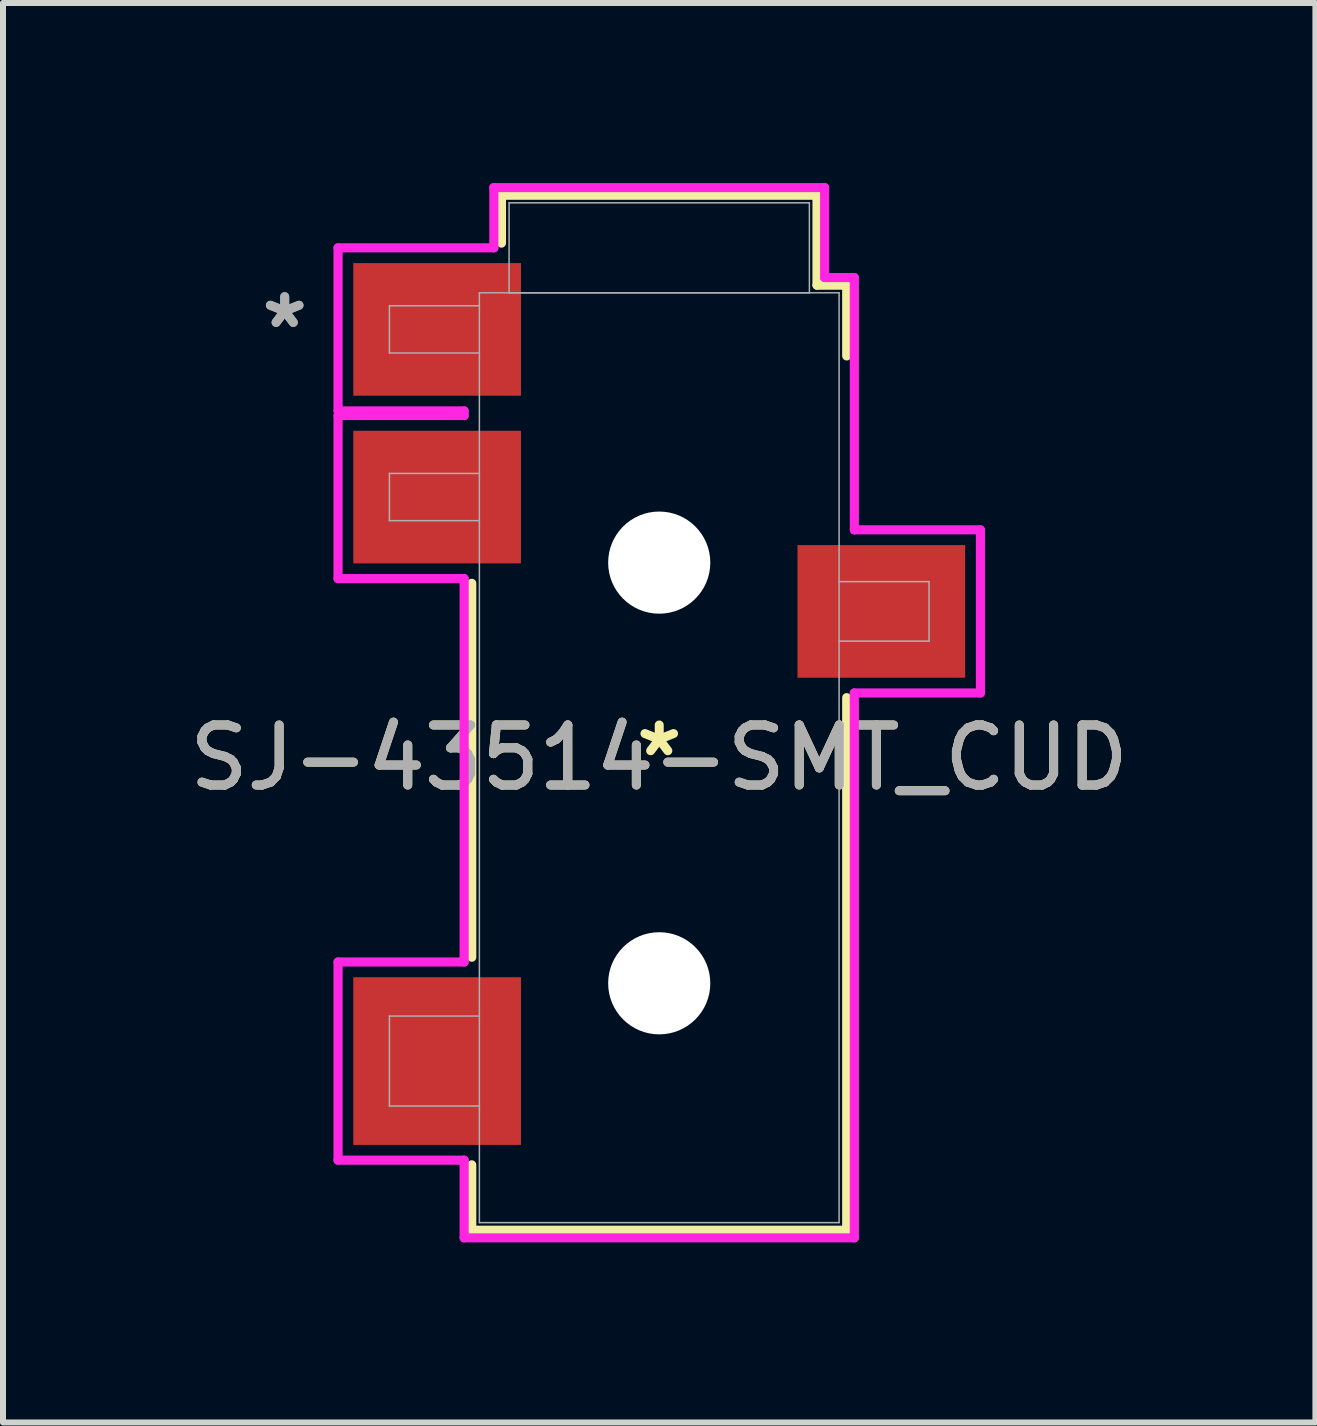
<source format=kicad_pcb>
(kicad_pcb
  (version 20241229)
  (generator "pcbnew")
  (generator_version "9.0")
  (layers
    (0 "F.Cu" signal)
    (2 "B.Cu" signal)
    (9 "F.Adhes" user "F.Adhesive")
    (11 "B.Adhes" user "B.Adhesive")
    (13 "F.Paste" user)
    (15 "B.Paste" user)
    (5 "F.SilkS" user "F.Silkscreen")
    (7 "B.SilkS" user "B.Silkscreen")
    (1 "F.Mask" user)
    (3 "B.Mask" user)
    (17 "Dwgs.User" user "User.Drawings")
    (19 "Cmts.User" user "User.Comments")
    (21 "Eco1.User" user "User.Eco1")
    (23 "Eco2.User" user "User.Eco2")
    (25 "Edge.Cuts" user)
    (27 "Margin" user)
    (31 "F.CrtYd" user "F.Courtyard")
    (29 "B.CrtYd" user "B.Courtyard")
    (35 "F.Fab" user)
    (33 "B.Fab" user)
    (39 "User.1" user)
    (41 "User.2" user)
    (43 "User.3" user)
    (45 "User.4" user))
  (footprint "SJ-43514-SMT_CUD"
    (layer "F.Cu")
    (at 7.935 9.576)
    (property "Reference" "SJ-43514-SMT_CUD" (at 0 0 0) (unlocked yes) (layer "F.SilkS") (effects (font (size 1 1) (thickness 0.15))))
    (attr smd)
    (fp_line (start -3.124 3.325) (end -3.124 -2.906) (stroke (width 0.152) (type solid)) (layer "F.SilkS"))
    (fp_line (start -3.124 7.874) (end -3.124 6.784) (stroke (width 0.152) (type solid)) (layer "F.SilkS"))
    (fp_line (start -2.629 -9.373) (end 2.629 -9.373) (stroke (width 0.152) (type solid)) (layer "F.SilkS"))
    (fp_line (start -2.629 -8.575) (end -2.629 -9.373) (stroke (width 0.152) (type solid)) (layer "F.SilkS"))
    (fp_line (start 2.629 -9.373) (end 2.629 -7.874) (stroke (width 0.152) (type solid)) (layer "F.SilkS"))
    (fp_line (start 2.629 -7.874) (end 3.124 -7.874) (stroke (width 0.152) (type solid)) (layer "F.SilkS"))
    (fp_line (start 3.124 -7.874) (end 3.124 -6.695) (stroke (width 0.152) (type solid)) (layer "F.SilkS"))
    (fp_line (start 3.124 -1.001) (end 3.124 7.874) (stroke (width 0.152) (type solid)) (layer "F.SilkS"))
    (fp_line (start 3.124 7.874) (end -3.124 7.874) (stroke (width 0.152) (type solid)) (layer "F.SilkS"))
    (fp_line (start -5.352 -8.496) (end -5.352 -5.779) (stroke (width 0.152) (type solid)) (layer "F.CrtYd"))
    (fp_line (start -5.352 -5.779) (end -3.251 -5.779) (stroke (width 0.152) (type solid)) (layer "F.CrtYd"))
    (fp_line (start -5.352 -5.702) (end -5.352 -2.985) (stroke (width 0.152) (type solid)) (layer "F.CrtYd"))
    (fp_line (start -5.352 -2.985) (end -3.251 -2.985) (stroke (width 0.152) (type solid)) (layer "F.CrtYd"))
    (fp_line (start -5.352 3.404) (end -5.352 6.706) (stroke (width 0.152) (type solid)) (layer "F.CrtYd"))
    (fp_line (start -5.352 6.706) (end -3.251 6.706) (stroke (width 0.152) (type solid)) (layer "F.CrtYd"))
    (fp_line (start -3.251 -5.779) (end -3.251 -5.702) (stroke (width 0.152) (type solid)) (layer "F.CrtYd"))
    (fp_line (start -3.251 -5.702) (end -5.352 -5.702) (stroke (width 0.152) (type solid)) (layer "F.CrtYd"))
    (fp_line (start -3.251 -2.985) (end -3.251 3.404) (stroke (width 0.152) (type solid)) (layer "F.CrtYd"))
    (fp_line (start -3.251 3.404) (end -5.352 3.404) (stroke (width 0.152) (type solid)) (layer "F.CrtYd"))
    (fp_line (start -3.251 6.706) (end -3.251 8.001) (stroke (width 0.152) (type solid)) (layer "F.CrtYd"))
    (fp_line (start -3.251 8.001) (end 3.251 8.001) (stroke (width 0.152) (type solid)) (layer "F.CrtYd"))
    (fp_line (start -2.756 -9.5) (end -2.756 -8.496) (stroke (width 0.152) (type solid)) (layer "F.CrtYd"))
    (fp_line (start -2.756 -8.496) (end -5.352 -8.496) (stroke (width 0.152) (type solid)) (layer "F.CrtYd"))
    (fp_line (start 2.756 -9.5) (end -2.756 -9.5) (stroke (width 0.152) (type solid)) (layer "F.CrtYd"))
    (fp_line (start 2.756 -8.001) (end 2.756 -9.5) (stroke (width 0.152) (type solid)) (layer "F.CrtYd"))
    (fp_line (start 3.251 -8.001) (end 2.756 -8.001) (stroke (width 0.152) (type solid)) (layer "F.CrtYd"))
    (fp_line (start 3.251 -3.797) (end 3.251 -8.001) (stroke (width 0.152) (type solid)) (layer "F.CrtYd"))
    (fp_line (start 3.251 -1.079) (end 5.352 -1.079) (stroke (width 0.152) (type solid)) (layer "F.CrtYd"))
    (fp_line (start 3.251 8.001) (end 3.251 -1.079) (stroke (width 0.152) (type solid)) (layer "F.CrtYd"))
    (fp_line (start 5.352 -3.797) (end 3.251 -3.797) (stroke (width 0.152) (type solid)) (layer "F.CrtYd"))
    (fp_line (start 5.352 -1.079) (end 5.352 -3.797) (stroke (width 0.152) (type solid)) (layer "F.CrtYd"))
    (fp_line (start -4.496 -7.531) (end -2.997 -7.531) (stroke (width 0.025) (type solid)) (layer "F.Fab"))
    (fp_line (start -4.496 -6.744) (end -4.496 -7.531) (stroke (width 0.025) (type solid)) (layer "F.Fab"))
    (fp_line (start -4.496 -4.737) (end -4.496 -3.95) (stroke (width 0.025) (type solid)) (layer "F.Fab"))
    (fp_line (start -4.496 -3.95) (end -2.997 -3.95) (stroke (width 0.025) (type solid)) (layer "F.Fab"))
    (fp_line (start -4.496 4.305) (end -4.496 5.804) (stroke (width 0.025) (type solid)) (layer "F.Fab"))
    (fp_line (start -4.496 5.804) (end -2.997 5.804) (stroke (width 0.025) (type solid)) (layer "F.Fab"))
    (fp_line (start -2.997 -7.747) (end -2.997 7.747) (stroke (width 0.025) (type solid)) (layer "F.Fab"))
    (fp_line (start -2.997 -6.744) (end -4.496 -6.744) (stroke (width 0.025) (type solid)) (layer "F.Fab"))
    (fp_line (start -2.997 -4.737) (end -4.496 -4.737) (stroke (width 0.025) (type solid)) (layer "F.Fab"))
    (fp_line (start -2.997 4.305) (end -4.496 4.305) (stroke (width 0.025) (type solid)) (layer "F.Fab"))
    (fp_line (start -2.997 7.747) (end 2.997 7.747) (stroke (width 0.025) (type solid)) (layer "F.Fab"))
    (fp_line (start -2.502 -9.246) (end -2.502 -7.747) (stroke (width 0.025) (type solid)) (layer "F.Fab"))
    (fp_line (start -2.502 -7.747) (end 2.502 -7.747) (stroke (width 0.025) (type solid)) (layer "F.Fab"))
    (fp_line (start 2.502 -9.246) (end -2.502 -9.246) (stroke (width 0.025) (type solid)) (layer "F.Fab"))
    (fp_line (start 2.502 -7.747) (end 2.502 -9.246) (stroke (width 0.025) (type solid)) (layer "F.Fab"))
    (fp_line (start 2.997 -7.747) (end -2.997 -7.747) (stroke (width 0.025) (type solid)) (layer "F.Fab"))
    (fp_line (start 2.997 -2.934) (end 4.496 -2.934) (stroke (width 0.025) (type solid)) (layer "F.Fab"))
    (fp_line (start 2.997 7.747) (end 2.997 -7.747) (stroke (width 0.025) (type solid)) (layer "F.Fab"))
    (fp_line (start 4.496 -2.934) (end 4.496 -1.943) (stroke (width 0.025) (type solid)) (layer "F.Fab"))
    (fp_line (start 4.496 -1.943) (end 2.997 -1.943) (stroke (width 0.025) (type solid)) (layer "F.Fab"))
    (fp_text user "*" (at 0 0 0) (layer "F.SilkS") (effects (font (size 1 1) (thickness 0.15))))
    (fp_text user "*" (at -6.241 -7.137 0) (layer "F.Fab") (effects (font (size 1 1) (thickness 0.15))))
    (fp_text user "*" (at -6.241 -7.137 0) (unlocked yes) (layer "F.Fab") (effects (font (size 1 1) (thickness 0.15))))
    (fp_text user "${REFERENCE}" (at 0 0 0) (unlocked yes) (layer "F.Fab") (effects (font (size 1 1) (thickness 0.15))))
    (pad "" np_thru_hole circle (at 0 -3.251) (size 1.702 1.702) (drill 1.702) (layers "*.Cu" "*.Mask"))
    (pad "" np_thru_hole circle (at 0 3.759) (size 1.702 1.702) (drill 1.702) (layers "*.Cu" "*.Mask"))
    (pad "1" smd rect (at -3.701 -7.137) (size 2.794 2.21) (layers "F.Cu" "F.Mask" "F.Paste"))
    (pad "2" smd rect (at -3.701 5.055) (size 2.794 2.794) (layers "F.Cu" "F.Mask" "F.Paste"))
    (pad "3" smd rect (at 3.701 -2.438) (size 2.794 2.21) (layers "F.Cu" "F.Mask" "F.Paste"))
    (pad "4" smd rect (at -3.701 -4.343) (size 2.794 2.21) (layers "F.Cu" "F.Mask" "F.Paste")))
  (gr_rect
    (start -3 -3)
    (end 18.869 20.653)
    (stroke (width 0.1) (type default))
    (fill no)
    (layer "Edge.Cuts")))
</source>
